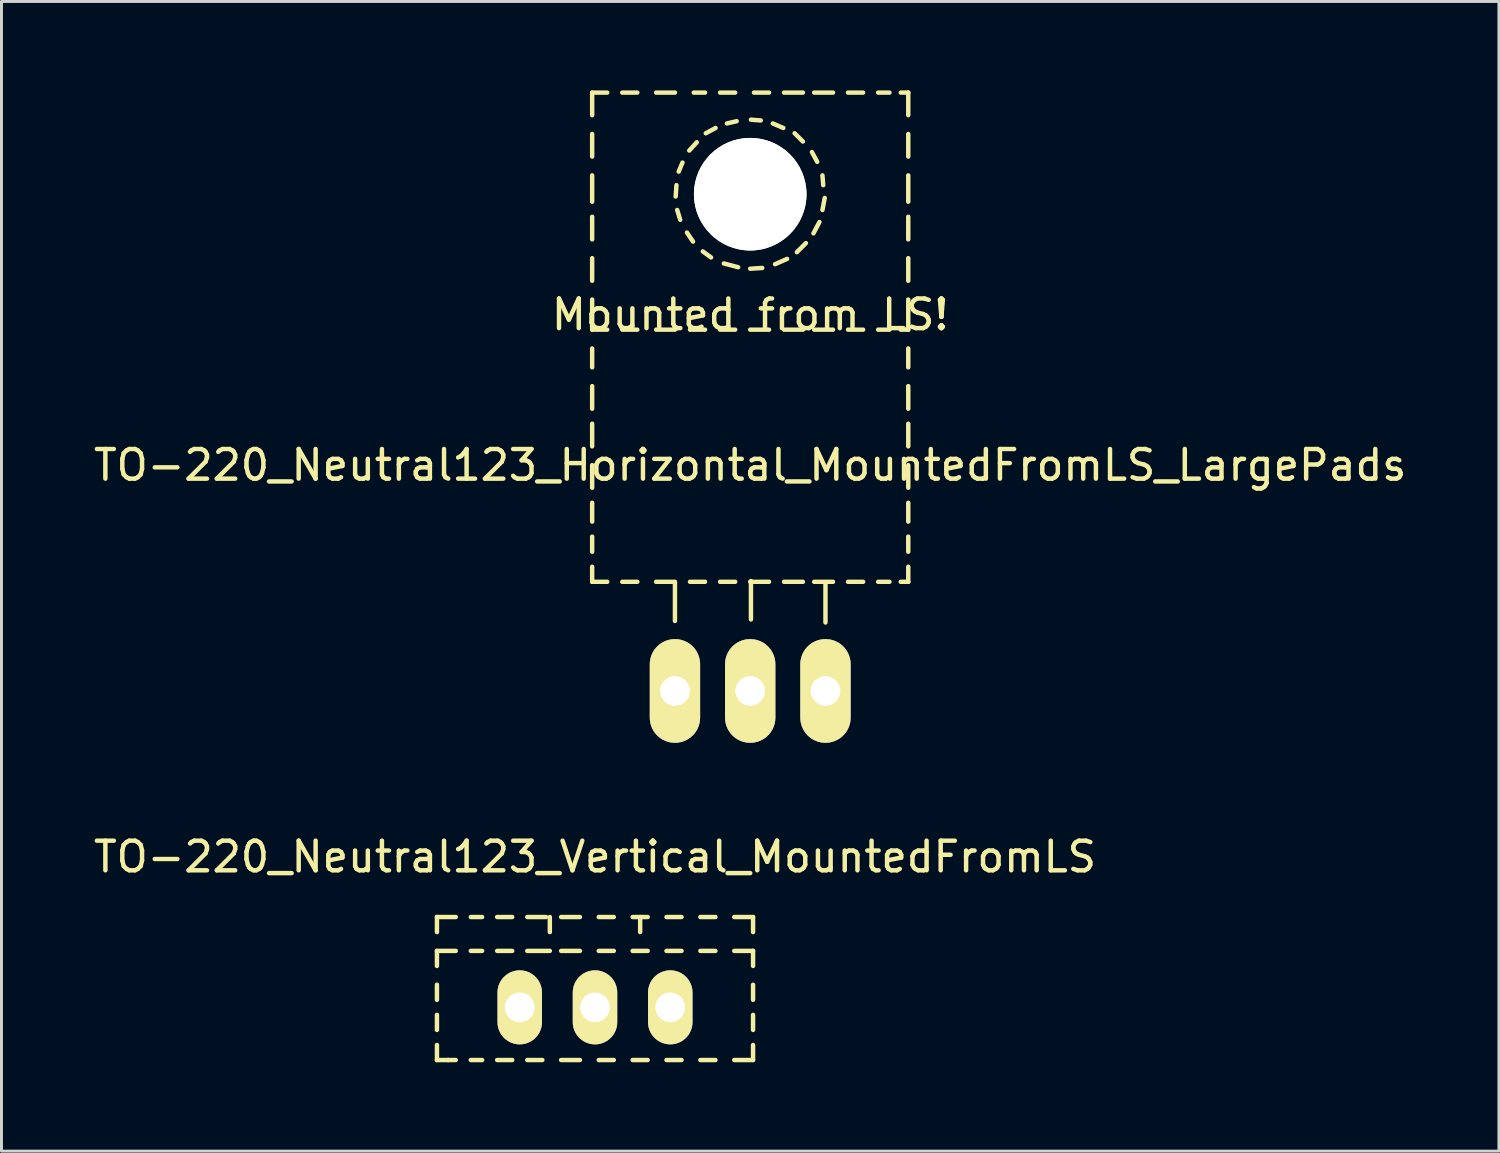
<source format=kicad_pcb>
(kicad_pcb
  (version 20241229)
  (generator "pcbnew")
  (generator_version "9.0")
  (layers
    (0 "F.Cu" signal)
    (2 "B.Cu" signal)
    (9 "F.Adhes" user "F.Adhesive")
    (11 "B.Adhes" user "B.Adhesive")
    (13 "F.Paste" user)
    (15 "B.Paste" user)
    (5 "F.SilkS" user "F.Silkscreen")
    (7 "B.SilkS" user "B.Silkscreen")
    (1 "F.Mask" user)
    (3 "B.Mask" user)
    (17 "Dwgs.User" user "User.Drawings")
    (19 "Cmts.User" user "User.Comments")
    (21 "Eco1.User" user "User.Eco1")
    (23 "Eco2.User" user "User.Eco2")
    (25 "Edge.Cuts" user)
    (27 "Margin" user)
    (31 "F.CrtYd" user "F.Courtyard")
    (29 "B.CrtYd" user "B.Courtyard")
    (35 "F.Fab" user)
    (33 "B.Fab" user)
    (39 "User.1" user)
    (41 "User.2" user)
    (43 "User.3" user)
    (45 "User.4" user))
  (footprint "TO-220_Neutral123_Horizontal_MountedFromLS_LargePads"
    (layer "F.Cu")
    (at 22.268 20.268)
    (property "Reference" "TO-220_Neutral123_Horizontal_MountedFromLS_LargePads" (at 0 -7.62 0) (layer "F.SilkS") (effects (font (size 1 1) (thickness 0.15))))
    (attr through_hole)
    (fp_line (start -5.334 -20.193) (end -5.334 -19.431) (stroke (width 0.15) (type solid)) (layer "F.SilkS"))
    (fp_line (start -5.334 -20.193) (end -4.826 -20.193) (stroke (width 0.15) (type solid)) (layer "F.SilkS"))
    (fp_line (start -5.334 -18.796) (end -5.334 -18.034) (stroke (width 0.15) (type solid)) (layer "F.SilkS"))
    (fp_line (start -5.334 -17.399) (end -5.334 -16.51) (stroke (width 0.15) (type solid)) (layer "F.SilkS"))
    (fp_line (start -5.334 -16.002) (end -5.334 -15.24) (stroke (width 0.15) (type solid)) (layer "F.SilkS"))
    (fp_line (start -5.334 -14.605) (end -5.334 -13.843) (stroke (width 0.15) (type solid)) (layer "F.SilkS"))
    (fp_line (start -5.334 -13.208) (end -5.334 -12.192) (stroke (width 0.15) (type solid)) (layer "F.SilkS"))
    (fp_line (start -5.334 -12.192) (end -4.826 -12.192) (stroke (width 0.15) (type solid)) (layer "F.SilkS"))
    (fp_line (start -5.334 -11.557) (end -5.334 -10.922) (stroke (width 0.15) (type solid)) (layer "F.SilkS"))
    (fp_line (start -5.334 -10.287) (end -5.334 -9.525) (stroke (width 0.15) (type solid)) (layer "F.SilkS"))
    (fp_line (start -5.334 -9.017) (end -5.334 -8.255) (stroke (width 0.15) (type solid)) (layer "F.SilkS"))
    (fp_line (start -5.334 -7.62) (end -5.334 -6.858) (stroke (width 0.15) (type solid)) (layer "F.SilkS"))
    (fp_line (start -5.334 -6.35) (end -5.334 -5.715) (stroke (width 0.15) (type solid)) (layer "F.SilkS"))
    (fp_line (start -5.334 -5.207) (end -5.334 -4.699) (stroke (width 0.15) (type solid)) (layer "F.SilkS"))
    (fp_line (start -5.334 -4.191) (end -5.334 -3.683) (stroke (width 0.15) (type solid)) (layer "F.SilkS"))
    (fp_line (start -5.334 -3.683) (end -4.826 -3.683) (stroke (width 0.15) (type solid)) (layer "F.SilkS"))
    (fp_line (start -4.318 -20.193) (end -3.81 -20.193) (stroke (width 0.15) (type solid)) (layer "F.SilkS"))
    (fp_line (start -4.318 -12.192) (end -3.81 -12.192) (stroke (width 0.15) (type solid)) (layer "F.SilkS"))
    (fp_line (start -4.318 -3.683) (end -3.81 -3.683) (stroke (width 0.15) (type solid)) (layer "F.SilkS"))
    (fp_line (start -3.175 -20.193) (end -2.54 -20.193) (stroke (width 0.15) (type solid)) (layer "F.SilkS"))
    (fp_line (start -3.175 -12.192) (end -2.54 -12.192) (stroke (width 0.15) (type solid)) (layer "F.SilkS"))
    (fp_line (start -3.175 -3.683) (end -2.54 -3.683) (stroke (width 0.15) (type solid)) (layer "F.SilkS"))
    (fp_line (start -2.54 -3.658) (end -2.54 -2.362) (stroke (width 0.15) (type solid)) (layer "F.SilkS"))
    (fp_line (start -2.515 -16.688) (end -2.489 -17.069) (stroke (width 0.15) (type solid)) (layer "F.SilkS"))
    (fp_line (start -2.413 -17.526) (end -2.286 -17.831) (stroke (width 0.15) (type solid)) (layer "F.SilkS"))
    (fp_line (start -2.362 -15.9) (end -2.464 -16.231) (stroke (width 0.15) (type solid)) (layer "F.SilkS"))
    (fp_line (start -2.057 -18.237) (end -1.803 -18.517) (stroke (width 0.15) (type solid)) (layer "F.SilkS"))
    (fp_line (start -2.032 -12.192) (end -1.524 -12.192) (stroke (width 0.15) (type solid)) (layer "F.SilkS"))
    (fp_line (start -2.032 -3.683) (end -1.524 -3.683) (stroke (width 0.15) (type solid)) (layer "F.SilkS"))
    (fp_line (start -1.93 -15.164) (end -2.134 -15.469) (stroke (width 0.15) (type solid)) (layer "F.SilkS"))
    (fp_line (start -1.905 -20.193) (end -1.524 -20.193) (stroke (width 0.15) (type solid)) (layer "F.SilkS"))
    (fp_line (start -1.499 -18.821) (end -1.168 -18.999) (stroke (width 0.15) (type solid)) (layer "F.SilkS"))
    (fp_line (start -1.321 -14.63) (end -1.6 -14.834) (stroke (width 0.15) (type solid)) (layer "F.SilkS"))
    (fp_line (start -1.016 -20.193) (end -0.508 -20.193) (stroke (width 0.15) (type solid)) (layer "F.SilkS"))
    (fp_line (start -1.016 -12.192) (end -0.508 -12.192) (stroke (width 0.15) (type solid)) (layer "F.SilkS"))
    (fp_line (start -1.016 -3.683) (end -0.508 -3.683) (stroke (width 0.15) (type solid)) (layer "F.SilkS"))
    (fp_line (start -0.787 -19.152) (end -0.457 -19.228) (stroke (width 0.15) (type solid)) (layer "F.SilkS"))
    (fp_line (start -0.406 -14.3) (end -0.889 -14.427) (stroke (width 0.15) (type solid)) (layer "F.SilkS"))
    (fp_line (start 0 -12.192) (end 0.635 -12.192) (stroke (width 0.15) (type solid)) (layer "F.SilkS"))
    (fp_line (start 0 -3.683) (end 0.635 -3.683) (stroke (width 0.15) (type solid)) (layer "F.SilkS"))
    (fp_line (start 0.025 -19.279) (end 0.356 -19.253) (stroke (width 0.15) (type solid)) (layer "F.SilkS"))
    (fp_line (start 0.025 -3.708) (end 0.025 -2.413) (stroke (width 0.15) (type solid)) (layer "F.SilkS"))
    (fp_line (start 0.127 -20.193) (end 0.635 -20.193) (stroke (width 0.15) (type solid)) (layer "F.SilkS"))
    (fp_line (start 0.406 -14.275) (end 0 -14.249) (stroke (width 0.15) (type solid)) (layer "F.SilkS"))
    (fp_line (start 0.762 -19.152) (end 1.118 -18.999) (stroke (width 0.15) (type solid)) (layer "F.SilkS"))
    (fp_line (start 1.143 -20.193) (end 1.778 -20.193) (stroke (width 0.15) (type solid)) (layer "F.SilkS"))
    (fp_line (start 1.143 -12.192) (end 1.778 -12.192) (stroke (width 0.15) (type solid)) (layer "F.SilkS"))
    (fp_line (start 1.143 -3.683) (end 1.778 -3.683) (stroke (width 0.15) (type solid)) (layer "F.SilkS"))
    (fp_line (start 1.245 -14.58) (end 0.838 -14.402) (stroke (width 0.15) (type solid)) (layer "F.SilkS"))
    (fp_line (start 1.499 -18.821) (end 1.778 -18.542) (stroke (width 0.15) (type solid)) (layer "F.SilkS"))
    (fp_line (start 1.88 -15.113) (end 1.575 -14.808) (stroke (width 0.15) (type solid)) (layer "F.SilkS"))
    (fp_line (start 2.083 -18.186) (end 2.261 -17.856) (stroke (width 0.15) (type solid)) (layer "F.SilkS"))
    (fp_line (start 2.159 -20.193) (end 2.794 -20.193) (stroke (width 0.15) (type solid)) (layer "F.SilkS"))
    (fp_line (start 2.159 -12.192) (end 2.794 -12.192) (stroke (width 0.15) (type solid)) (layer "F.SilkS"))
    (fp_line (start 2.159 -3.683) (end 2.794 -3.683) (stroke (width 0.15) (type solid)) (layer "F.SilkS"))
    (fp_line (start 2.337 -15.824) (end 2.134 -15.443) (stroke (width 0.15) (type solid)) (layer "F.SilkS"))
    (fp_line (start 2.438 -17.399) (end 2.464 -17.069) (stroke (width 0.15) (type solid)) (layer "F.SilkS"))
    (fp_line (start 2.515 -16.637) (end 2.438 -16.231) (stroke (width 0.15) (type solid)) (layer "F.SilkS"))
    (fp_line (start 2.54 -3.658) (end 2.54 -2.311) (stroke (width 0.15) (type solid)) (layer "F.SilkS"))
    (fp_line (start 3.302 -20.193) (end 3.81 -20.193) (stroke (width 0.15) (type solid)) (layer "F.SilkS"))
    (fp_line (start 3.302 -12.192) (end 3.81 -12.192) (stroke (width 0.15) (type solid)) (layer "F.SilkS"))
    (fp_line (start 3.302 -3.683) (end 3.81 -3.683) (stroke (width 0.15) (type solid)) (layer "F.SilkS"))
    (fp_line (start 4.318 -20.193) (end 4.699 -20.193) (stroke (width 0.15) (type solid)) (layer "F.SilkS"))
    (fp_line (start 4.318 -12.192) (end 4.699 -12.192) (stroke (width 0.15) (type solid)) (layer "F.SilkS"))
    (fp_line (start 4.318 -3.683) (end 4.699 -3.683) (stroke (width 0.15) (type solid)) (layer "F.SilkS"))
    (fp_line (start 5.08 -20.193) (end 5.334 -20.193) (stroke (width 0.15) (type solid)) (layer "F.SilkS"))
    (fp_line (start 5.08 -12.192) (end 5.334 -12.192) (stroke (width 0.15) (type solid)) (layer "F.SilkS"))
    (fp_line (start 5.08 -3.683) (end 5.334 -3.683) (stroke (width 0.15) (type solid)) (layer "F.SilkS"))
    (fp_line (start 5.334 -20.193) (end 5.334 -19.431) (stroke (width 0.15) (type solid)) (layer "F.SilkS"))
    (fp_line (start 5.334 -18.796) (end 5.334 -18.034) (stroke (width 0.15) (type solid)) (layer "F.SilkS"))
    (fp_line (start 5.334 -17.399) (end 5.334 -16.51) (stroke (width 0.15) (type solid)) (layer "F.SilkS"))
    (fp_line (start 5.334 -16.002) (end 5.334 -15.24) (stroke (width 0.15) (type solid)) (layer "F.SilkS"))
    (fp_line (start 5.334 -14.605) (end 5.334 -13.843) (stroke (width 0.15) (type solid)) (layer "F.SilkS"))
    (fp_line (start 5.334 -13.208) (end 5.334 -12.192) (stroke (width 0.15) (type solid)) (layer "F.SilkS"))
    (fp_line (start 5.334 -11.557) (end 5.334 -10.922) (stroke (width 0.15) (type solid)) (layer "F.SilkS"))
    (fp_line (start 5.334 -10.287) (end 5.334 -9.525) (stroke (width 0.15) (type solid)) (layer "F.SilkS"))
    (fp_line (start 5.334 -9.017) (end 5.334 -8.255) (stroke (width 0.15) (type solid)) (layer "F.SilkS"))
    (fp_line (start 5.334 -7.62) (end 5.334 -6.858) (stroke (width 0.15) (type solid)) (layer "F.SilkS"))
    (fp_line (start 5.334 -6.35) (end 5.334 -5.715) (stroke (width 0.15) (type solid)) (layer "F.SilkS"))
    (fp_line (start 5.334 -5.207) (end 5.334 -4.699) (stroke (width 0.15) (type solid)) (layer "F.SilkS"))
    (fp_line (start 5.334 -4.191) (end 5.334 -3.683) (stroke (width 0.15) (type solid)) (layer "F.SilkS"))
    (fp_text user "Mounted from LS!" (at 0 -12.7 0) (layer "F.SilkS") (effects (font (size 1 1) (thickness 0.15))))
    (pad "" np_thru_hole circle (at 0 -16.764 90) (size 3.8 3.8) (drill 3.8) (layers "*.Cu" "*.Mask" "F.SilkS"))
    (pad "1" thru_hole oval (at 2.54 0 90) (size 3.5 1.699) (drill 1.001) (layers "*.Cu" "*.Mask" "F.SilkS"))
    (pad "2" thru_hole oval (at 0 0 90) (size 3.5 1.699) (drill 1.001) (layers "*.Cu" "*.Mask" "F.SilkS"))
    (pad "3" thru_hole oval (at -2.54 0 90) (size 3.5 1.699) (drill 1.001) (layers "*.Cu" "*.Mask" "F.SilkS")))
  (footprint "TO-220_Neutral123_Vertical_MountedFromLS"
    (layer "F.Cu")
    (at 17.03 30.946)
    (property "Reference" "TO-220_Neutral123_Vertical_MountedFromLS" (at 0 -5.08 0) (layer "F.SilkS") (effects (font (size 1 1) (thickness 0.15))))
    (attr through_hole)
    (fp_line (start -5.334 -3.048) (end -4.699 -3.048) (stroke (width 0.15) (type solid)) (layer "F.SilkS"))
    (fp_line (start -5.334 -2.54) (end -5.334 -3.048) (stroke (width 0.15) (type solid)) (layer "F.SilkS"))
    (fp_line (start -5.334 -1.397) (end -5.334 -1.905) (stroke (width 0.15) (type solid)) (layer "F.SilkS"))
    (fp_line (start -5.334 -0.254) (end -5.334 -0.762) (stroke (width 0.15) (type solid)) (layer "F.SilkS"))
    (fp_line (start -5.334 0.762) (end -5.334 0.254) (stroke (width 0.15) (type solid)) (layer "F.SilkS"))
    (fp_line (start -5.334 1.778) (end -5.334 1.27) (stroke (width 0.15) (type solid)) (layer "F.SilkS"))
    (fp_line (start -5.334 1.778) (end -4.953 1.778) (stroke (width 0.15) (type solid)) (layer "F.SilkS"))
    (fp_line (start -4.953 1.778) (end -4.699 1.778) (stroke (width 0.15) (type solid)) (layer "F.SilkS"))
    (fp_line (start -4.699 -1.905) (end -5.334 -1.905) (stroke (width 0.15) (type solid)) (layer "F.SilkS"))
    (fp_line (start -4.191 -3.048) (end -3.81 -3.048) (stroke (width 0.15) (type solid)) (layer "F.SilkS"))
    (fp_line (start -4.191 1.778) (end -3.81 1.778) (stroke (width 0.15) (type solid)) (layer "F.SilkS"))
    (fp_line (start -3.81 -1.905) (end -4.191 -1.905) (stroke (width 0.15) (type solid)) (layer "F.SilkS"))
    (fp_line (start -3.302 -3.048) (end -2.794 -3.048) (stroke (width 0.15) (type solid)) (layer "F.SilkS"))
    (fp_line (start -3.302 1.778) (end -2.794 1.778) (stroke (width 0.15) (type solid)) (layer "F.SilkS"))
    (fp_line (start -2.794 -1.905) (end -3.302 -1.905) (stroke (width 0.15) (type solid)) (layer "F.SilkS"))
    (fp_line (start -2.286 -3.048) (end -1.651 -3.048) (stroke (width 0.15) (type solid)) (layer "F.SilkS"))
    (fp_line (start -2.286 1.778) (end -1.778 1.778) (stroke (width 0.15) (type solid)) (layer "F.SilkS"))
    (fp_line (start -1.524 -3.048) (end -1.524 -2.54) (stroke (width 0.15) (type solid)) (layer "F.SilkS"))
    (fp_line (start -1.524 -1.905) (end -2.286 -1.905) (stroke (width 0.15) (type solid)) (layer "F.SilkS"))
    (fp_line (start -1.143 -3.048) (end -0.508 -3.048) (stroke (width 0.15) (type solid)) (layer "F.SilkS"))
    (fp_line (start -1.143 -1.905) (end -0.508 -1.905) (stroke (width 0.15) (type solid)) (layer "F.SilkS"))
    (fp_line (start -1.143 1.778) (end -0.508 1.778) (stroke (width 0.15) (type solid)) (layer "F.SilkS"))
    (fp_line (start 0.127 -3.048) (end 0.635 -3.048) (stroke (width 0.15) (type solid)) (layer "F.SilkS"))
    (fp_line (start 0.127 -1.905) (end 0.635 -1.905) (stroke (width 0.15) (type solid)) (layer "F.SilkS"))
    (fp_line (start 0.127 1.778) (end 0.635 1.778) (stroke (width 0.15) (type solid)) (layer "F.SilkS"))
    (fp_line (start 1.27 -3.048) (end 1.778 -3.048) (stroke (width 0.15) (type solid)) (layer "F.SilkS"))
    (fp_line (start 1.27 -1.905) (end 1.778 -1.905) (stroke (width 0.15) (type solid)) (layer "F.SilkS"))
    (fp_line (start 1.27 1.778) (end 1.778 1.778) (stroke (width 0.15) (type solid)) (layer "F.SilkS"))
    (fp_line (start 1.524 -3.048) (end 1.524 -2.54) (stroke (width 0.15) (type solid)) (layer "F.SilkS"))
    (fp_line (start 2.413 -3.048) (end 2.921 -3.048) (stroke (width 0.15) (type solid)) (layer "F.SilkS"))
    (fp_line (start 2.413 -1.905) (end 2.921 -1.905) (stroke (width 0.15) (type solid)) (layer "F.SilkS"))
    (fp_line (start 2.413 1.778) (end 2.921 1.778) (stroke (width 0.15) (type solid)) (layer "F.SilkS"))
    (fp_line (start 3.556 -3.048) (end 4.064 -3.048) (stroke (width 0.15) (type solid)) (layer "F.SilkS"))
    (fp_line (start 3.556 -1.905) (end 4.064 -1.905) (stroke (width 0.15) (type solid)) (layer "F.SilkS"))
    (fp_line (start 3.556 1.778) (end 4.064 1.778) (stroke (width 0.15) (type solid)) (layer "F.SilkS"))
    (fp_line (start 4.699 -3.048) (end 5.334 -3.048) (stroke (width 0.15) (type solid)) (layer "F.SilkS"))
    (fp_line (start 4.699 -1.905) (end 5.334 -1.905) (stroke (width 0.15) (type solid)) (layer "F.SilkS"))
    (fp_line (start 4.699 1.778) (end 5.334 1.778) (stroke (width 0.15) (type solid)) (layer "F.SilkS"))
    (fp_line (start 5.334 -3.048) (end 5.334 -2.54) (stroke (width 0.15) (type solid)) (layer "F.SilkS"))
    (fp_line (start 5.334 -1.905) (end 5.334 -1.397) (stroke (width 0.15) (type solid)) (layer "F.SilkS"))
    (fp_line (start 5.334 -0.762) (end 5.334 -0.254) (stroke (width 0.15) (type solid)) (layer "F.SilkS"))
    (fp_line (start 5.334 0.254) (end 5.334 0.762) (stroke (width 0.15) (type solid)) (layer "F.SilkS"))
    (fp_line (start 5.334 1.27) (end 5.334 1.778) (stroke (width 0.15) (type solid)) (layer "F.SilkS"))
    (pad "1" thru_hole oval (at 2.54 0 90) (size 2.499 1.501) (drill 1.001) (layers "*.Cu" "*.Mask" "F.SilkS"))
    (pad "2" thru_hole oval (at 0 0 90) (size 2.499 1.501) (drill 1.001) (layers "*.Cu" "*.Mask" "F.SilkS"))
    (pad "3" thru_hole oval (at -2.54 0 90) (size 2.499 1.501) (drill 1.001) (layers "*.Cu" "*.Mask" "F.SilkS")))
  (gr_rect
    (start -3 -3)
    (end 47.536 35.799)
    (stroke (width 0.1) (type default))
    (fill no)
    (layer "Edge.Cuts")))
</source>
